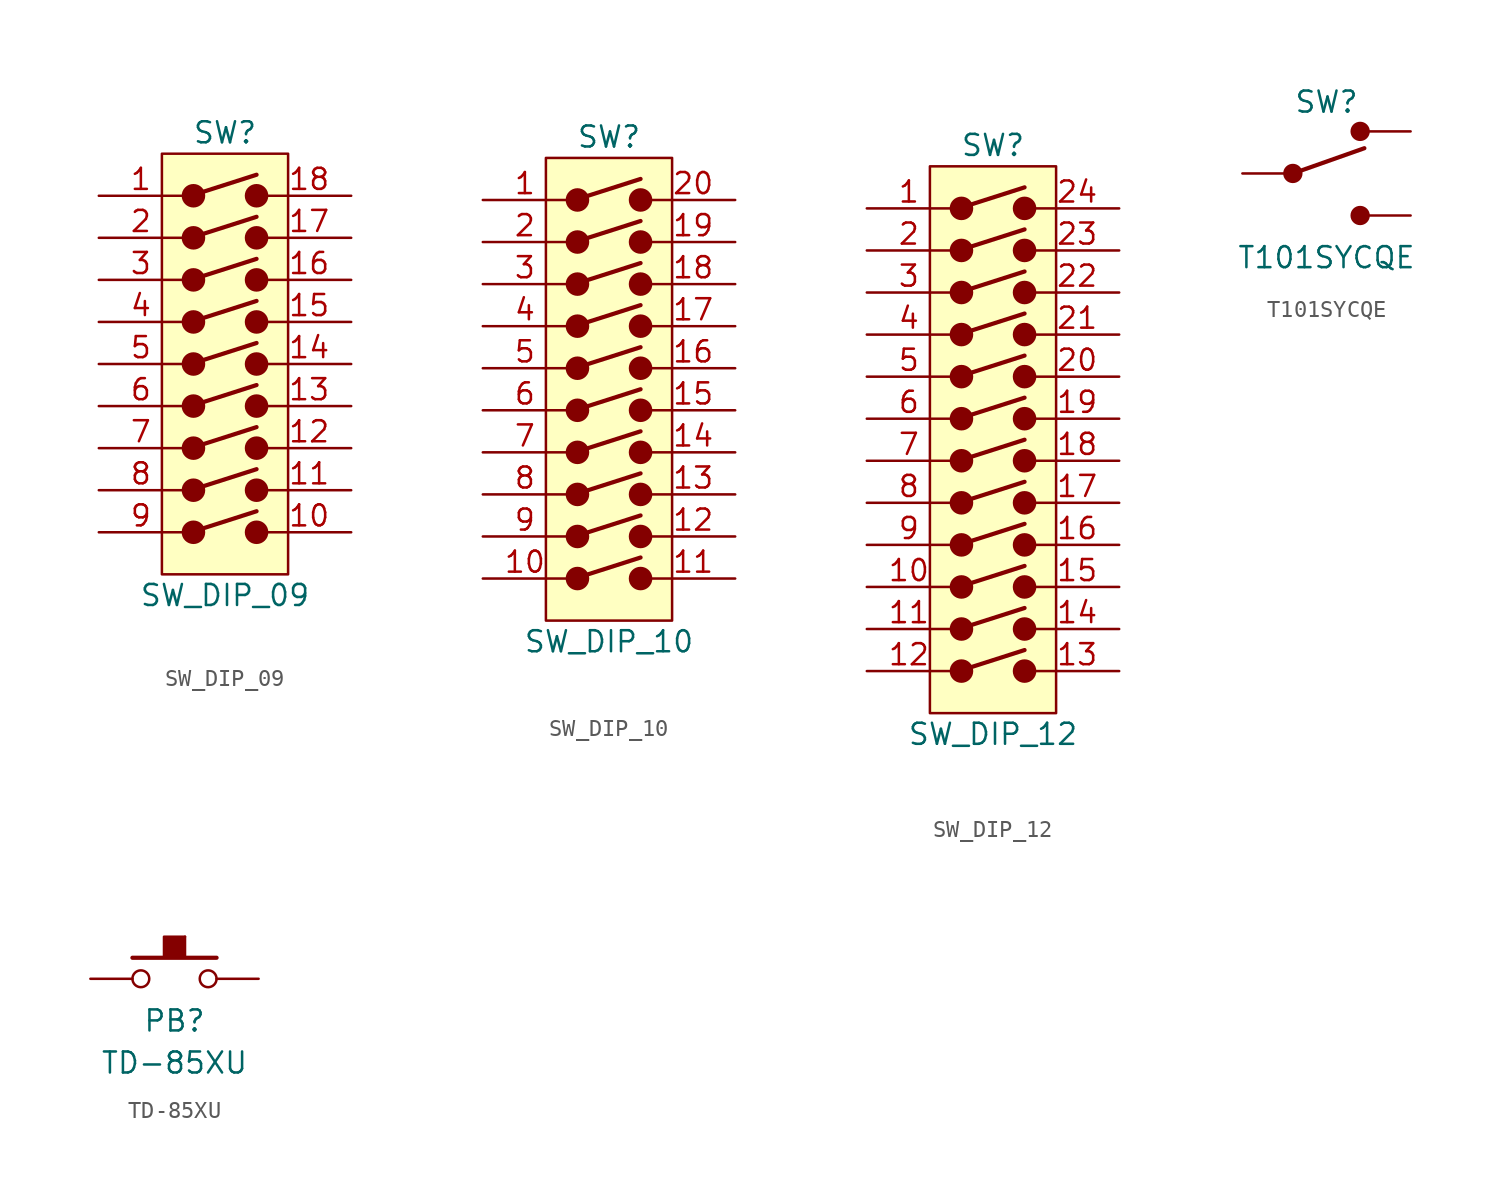
<source format=kicad_sym>
(kicad_symbol_lib
  (version 20220914)
  (generator kicad_symbol_editor)
  (symbol "SW_DIP_09"
    (pin_names
      (offset 0.002) hide)
    (property "Reference" "SW"
      (at 0 11.43 0)
      (effects (font (size 1.27 1.27))))
    (property "Value" "SW_DIP_09"
      (at 0 -16.51 0)
      (effects (font (size 1.27 1.27))))
    (symbol "SW_DIP_09_0_0"
      (circle (center -1.905 -12.7) (radius 0.635) (stroke (width 0) (type default)) (fill (type outline)))
      (circle (center -1.905 -10.16) (radius 0.635) (stroke (width 0) (type default)) (fill (type outline)))
      (circle (center -1.905 -7.62) (radius 0.635) (stroke (width 0) (type default)) (fill (type outline)))
      (circle (center -1.905 -5.08) (radius 0.635) (stroke (width 0) (type default)) (fill (type outline)))
      (circle (center -1.905 -2.54) (radius 0.635) (stroke (width 0) (type default)) (fill (type outline)))
      (circle (center -1.905 0) (radius 0.635) (stroke (width 0) (type default)) (fill (type outline)))
      (circle (center -1.905 2.54) (radius 0.635) (stroke (width 0) (type default)) (fill (type outline)))
      (circle (center -1.905 5.08) (radius 0.635) (stroke (width 0) (type default)) (fill (type outline)))
      (circle (center -1.905 7.62) (radius 0.635) (stroke (width 0) (type default)) (fill (type outline)))
      (polyline (pts (xy -1.27 -12.446) (xy 1.905 -11.43)) (stroke (width 0.254) (type default)) (fill (type none)))
      (polyline (pts (xy -1.27 -9.906) (xy 1.905 -8.89)) (stroke (width 0.254) (type default)) (fill (type none)))
      (polyline (pts (xy -1.27 -7.366) (xy 1.905 -6.35)) (stroke (width 0.254) (type default)) (fill (type none)))
      (polyline (pts (xy -1.27 -4.826) (xy 1.905 -3.81)) (stroke (width 0.254) (type default)) (fill (type none)))
      (polyline (pts (xy -1.27 -2.286) (xy 1.905 -1.27)) (stroke (width 0.254) (type default)) (fill (type none)))
      (polyline (pts (xy -1.27 0.254) (xy 1.905 1.27)) (stroke (width 0.254) (type default)) (fill (type none)))
      (polyline (pts (xy -1.27 2.794) (xy 1.905 3.81)) (stroke (width 0.254) (type default)) (fill (type none)))
      (polyline (pts (xy -1.27 5.334) (xy 1.905 6.35)) (stroke (width 0.254) (type default)) (fill (type none)))
      (polyline (pts (xy -1.27 7.874) (xy 1.905 8.89)) (stroke (width 0.254) (type default)) (fill (type none)))
      (circle (center 1.905 -12.7) (radius 0.635) (stroke (width 0) (type default)) (fill (type outline)))
      (circle (center 1.905 -10.16) (radius 0.635) (stroke (width 0) (type default)) (fill (type outline)))
      (circle (center 1.905 -7.62) (radius 0.635) (stroke (width 0) (type default)) (fill (type outline)))
      (circle (center 1.905 -5.08) (radius 0.635) (stroke (width 0) (type default)) (fill (type outline)))
      (circle (center 1.905 -2.54) (radius 0.635) (stroke (width 0) (type default)) (fill (type outline)))
      (circle (center 1.905 0) (radius 0.635) (stroke (width 0) (type default)) (fill (type outline)))
      (circle (center 1.905 2.54) (radius 0.635) (stroke (width 0) (type default)) (fill (type outline)))
      (circle (center 1.905 5.08) (radius 0.635) (stroke (width 0) (type default)) (fill (type outline)))
      (circle (center 1.905 7.62) (radius 0.635) (stroke (width 0) (type default)) (fill (type outline))))
    (symbol "SW_DIP_09_0_1"
      (rectangle (start -3.81 10.16) (end 3.81 -15.24) (stroke (width 0.152) (type default)) (fill (type background))))
    (symbol "SW_DIP_09_1_1"
      (pin passive line (at -7.62 7.62 0) (length 5.08) (name "a" (effects (font (size 1.27 1.27)))) (number "1" (effects (font (size 1.27 1.27)))))
      (pin passive line (at 7.62 -12.7 180) (length 5.08) (name "~" (effects (font (size 1.27 1.27)))) (number "10" (effects (font (size 1.27 1.27)))))
      (pin passive line (at 7.62 -10.16 180) (length 5.08) (name "~" (effects (font (size 1.27 1.27)))) (number "11" (effects (font (size 1.27 1.27)))))
      (pin passive line (at 7.62 -7.62 180) (length 5.08) (name "~" (effects (font (size 1.27 1.27)))) (number "12" (effects (font (size 1.27 1.27)))))
      (pin passive line (at 7.62 -5.08 180) (length 5.08) (name "~" (effects (font (size 1.27 1.27)))) (number "13" (effects (font (size 1.27 1.27)))))
      (pin passive line (at 7.62 -2.54 180) (length 5.08) (name "~" (effects (font (size 1.27 1.27)))) (number "14" (effects (font (size 1.27 1.27)))))
      (pin passive line (at 7.62 0 180) (length 5.08) (name "~" (effects (font (size 1.27 1.27)))) (number "15" (effects (font (size 1.27 1.27)))))
      (pin passive line (at 7.62 2.54 180) (length 5.08) (name "~" (effects (font (size 1.27 1.27)))) (number "16" (effects (font (size 1.27 1.27)))))
      (pin passive line (at 7.62 5.08 180) (length 5.08) (name "~" (effects (font (size 1.27 1.27)))) (number "17" (effects (font (size 1.27 1.27)))))
      (pin passive line (at 7.62 7.62 180) (length 5.08) (name "~" (effects (font (size 1.27 1.27)))) (number "18" (effects (font (size 1.27 1.27)))))
      (pin passive line (at -7.62 5.08 0) (length 5.08) (name "~" (effects (font (size 1.27 1.27)))) (number "2" (effects (font (size 1.27 1.27)))))
      (pin passive line (at -7.62 2.54 0) (length 5.08) (name "~" (effects (font (size 1.27 1.27)))) (number "3" (effects (font (size 1.27 1.27)))))
      (pin passive line (at -7.62 0 0) (length 5.08) (name "~" (effects (font (size 1.27 1.27)))) (number "4" (effects (font (size 1.27 1.27)))))
      (pin passive line (at -7.62 -2.54 0) (length 5.08) (name "~" (effects (font (size 1.27 1.27)))) (number "5" (effects (font (size 1.27 1.27)))))
      (pin passive line (at -7.62 -5.08 0) (length 5.08) (name "~" (effects (font (size 1.27 1.27)))) (number "6" (effects (font (size 1.27 1.27)))))
      (pin passive line (at -7.62 -7.62 0) (length 5.08) (name "~" (effects (font (size 1.27 1.27)))) (number "7" (effects (font (size 1.27 1.27)))))
      (pin passive line (at -7.62 -10.16 0) (length 5.08) (name "~" (effects (font (size 1.27 1.27)))) (number "8" (effects (font (size 1.27 1.27)))))
      (pin passive line (at -7.62 -12.7 0) (length 5.08) (name "~" (effects (font (size 1.27 1.27)))) (number "9" (effects (font (size 1.27 1.27)))))))
  (symbol "SW_DIP_10"
    (pin_names
      (offset 0.002) hide)
    (property "Reference" "SW"
      (at 0 13.97 0)
      (effects (font (size 1.27 1.27))))
    (property "Value" "SW_DIP_10"
      (at 0 -16.51 0)
      (effects (font (size 1.27 1.27))))
    (symbol "SW_DIP_10_0_0"
      (circle (center -1.905 -12.7) (radius 0.635) (stroke (width 0) (type default)) (fill (type outline)))
      (circle (center -1.905 -10.16) (radius 0.635) (stroke (width 0) (type default)) (fill (type outline)))
      (circle (center -1.905 -7.62) (radius 0.635) (stroke (width 0) (type default)) (fill (type outline)))
      (circle (center -1.905 -5.08) (radius 0.635) (stroke (width 0) (type default)) (fill (type outline)))
      (circle (center -1.905 -2.54) (radius 0.635) (stroke (width 0) (type default)) (fill (type outline)))
      (circle (center -1.905 0) (radius 0.635) (stroke (width 0) (type default)) (fill (type outline)))
      (circle (center -1.905 2.54) (radius 0.635) (stroke (width 0) (type default)) (fill (type outline)))
      (circle (center -1.905 5.08) (radius 0.635) (stroke (width 0) (type default)) (fill (type outline)))
      (circle (center -1.905 7.62) (radius 0.635) (stroke (width 0) (type default)) (fill (type outline)))
      (circle (center -1.905 10.16) (radius 0.635) (stroke (width 0) (type default)) (fill (type outline)))
      (polyline (pts (xy -1.27 -12.446) (xy 1.905 -11.43)) (stroke (width 0.254) (type default)) (fill (type none)))
      (polyline (pts (xy -1.27 -9.906) (xy 1.905 -8.89)) (stroke (width 0.254) (type default)) (fill (type none)))
      (polyline (pts (xy -1.27 -7.366) (xy 1.905 -6.35)) (stroke (width 0.254) (type default)) (fill (type none)))
      (polyline (pts (xy -1.27 -4.826) (xy 1.905 -3.81)) (stroke (width 0.254) (type default)) (fill (type none)))
      (polyline (pts (xy -1.27 -2.286) (xy 1.905 -1.27)) (stroke (width 0.254) (type default)) (fill (type none)))
      (polyline (pts (xy -1.27 0.254) (xy 1.905 1.27)) (stroke (width 0.254) (type default)) (fill (type none)))
      (polyline (pts (xy -1.27 2.794) (xy 1.905 3.81)) (stroke (width 0.254) (type default)) (fill (type none)))
      (polyline (pts (xy -1.27 5.334) (xy 1.905 6.35)) (stroke (width 0.254) (type default)) (fill (type none)))
      (polyline (pts (xy -1.27 7.874) (xy 1.905 8.89)) (stroke (width 0.254) (type default)) (fill (type none)))
      (polyline (pts (xy -1.27 10.414) (xy 1.905 11.43)) (stroke (width 0.254) (type default)) (fill (type none)))
      (circle (center 1.905 -12.7) (radius 0.635) (stroke (width 0) (type default)) (fill (type outline)))
      (circle (center 1.905 -10.16) (radius 0.635) (stroke (width 0) (type default)) (fill (type outline)))
      (circle (center 1.905 -7.62) (radius 0.635) (stroke (width 0) (type default)) (fill (type outline)))
      (circle (center 1.905 -5.08) (radius 0.635) (stroke (width 0) (type default)) (fill (type outline)))
      (circle (center 1.905 -2.54) (radius 0.635) (stroke (width 0) (type default)) (fill (type outline)))
      (circle (center 1.905 0) (radius 0.635) (stroke (width 0) (type default)) (fill (type outline)))
      (circle (center 1.905 2.54) (radius 0.635) (stroke (width 0) (type default)) (fill (type outline)))
      (circle (center 1.905 5.08) (radius 0.635) (stroke (width 0) (type default)) (fill (type outline)))
      (circle (center 1.905 7.62) (radius 0.635) (stroke (width 0) (type default)) (fill (type outline)))
      (circle (center 1.905 10.16) (radius 0.635) (stroke (width 0) (type default)) (fill (type outline))))
    (symbol "SW_DIP_10_0_1"
      (rectangle (start -3.81 12.7) (end 3.81 -15.24) (stroke (width 0.152) (type default)) (fill (type background))))
    (symbol "SW_DIP_10_1_1"
      (pin passive line (at -7.62 10.16 0) (length 5.08) (name "a" (effects (font (size 1.27 1.27)))) (number "1" (effects (font (size 1.27 1.27)))))
      (pin passive line (at -7.62 -12.7 0) (length 5.08) (name "~" (effects (font (size 1.27 1.27)))) (number "10" (effects (font (size 1.27 1.27)))))
      (pin passive line (at 7.62 -12.7 180) (length 5.08) (name "~" (effects (font (size 1.27 1.27)))) (number "11" (effects (font (size 1.27 1.27)))))
      (pin passive line (at 7.62 -10.16 180) (length 5.08) (name "~" (effects (font (size 1.27 1.27)))) (number "12" (effects (font (size 1.27 1.27)))))
      (pin passive line (at 7.62 -7.62 180) (length 5.08) (name "~" (effects (font (size 1.27 1.27)))) (number "13" (effects (font (size 1.27 1.27)))))
      (pin passive line (at 7.62 -5.08 180) (length 5.08) (name "~" (effects (font (size 1.27 1.27)))) (number "14" (effects (font (size 1.27 1.27)))))
      (pin passive line (at 7.62 -2.54 180) (length 5.08) (name "~" (effects (font (size 1.27 1.27)))) (number "15" (effects (font (size 1.27 1.27)))))
      (pin passive line (at 7.62 0 180) (length 5.08) (name "~" (effects (font (size 1.27 1.27)))) (number "16" (effects (font (size 1.27 1.27)))))
      (pin passive line (at 7.62 2.54 180) (length 5.08) (name "~" (effects (font (size 1.27 1.27)))) (number "17" (effects (font (size 1.27 1.27)))))
      (pin passive line (at 7.62 5.08 180) (length 5.08) (name "~" (effects (font (size 1.27 1.27)))) (number "18" (effects (font (size 1.27 1.27)))))
      (pin passive line (at 7.62 7.62 180) (length 5.08) (name "~" (effects (font (size 1.27 1.27)))) (number "19" (effects (font (size 1.27 1.27)))))
      (pin passive line (at -7.62 7.62 0) (length 5.08) (name "~" (effects (font (size 1.27 1.27)))) (number "2" (effects (font (size 1.27 1.27)))))
      (pin passive line (at 7.62 10.16 180) (length 5.08) (name "~" (effects (font (size 1.27 1.27)))) (number "20" (effects (font (size 1.27 1.27)))))
      (pin passive line (at -7.62 5.08 0) (length 5.08) (name "~" (effects (font (size 1.27 1.27)))) (number "3" (effects (font (size 1.27 1.27)))))
      (pin passive line (at -7.62 2.54 0) (length 5.08) (name "~" (effects (font (size 1.27 1.27)))) (number "4" (effects (font (size 1.27 1.27)))))
      (pin passive line (at -7.62 0 0) (length 5.08) (name "~" (effects (font (size 1.27 1.27)))) (number "5" (effects (font (size 1.27 1.27)))))
      (pin passive line (at -7.62 -2.54 0) (length 5.08) (name "~" (effects (font (size 1.27 1.27)))) (number "6" (effects (font (size 1.27 1.27)))))
      (pin passive line (at -7.62 -5.08 0) (length 5.08) (name "~" (effects (font (size 1.27 1.27)))) (number "7" (effects (font (size 1.27 1.27)))))
      (pin passive line (at -7.62 -7.62 0) (length 5.08) (name "~" (effects (font (size 1.27 1.27)))) (number "8" (effects (font (size 1.27 1.27)))))
      (pin passive line (at -7.62 -10.16 0) (length 5.08) (name "~" (effects (font (size 1.27 1.27)))) (number "9" (effects (font (size 1.27 1.27)))))))
  (symbol "SW_DIP_12"
    (pin_names
      (offset 0.002) hide)
    (property "Reference" "SW"
      (at 0 16.51 0)
      (effects (font (size 1.27 1.27))))
    (property "Value" "SW_DIP_12"
      (at 0 -19.05 0)
      (effects (font (size 1.27 1.27))))
    (symbol "SW_DIP_12_0_0"
      (circle (center -1.905 -15.24) (radius 0.635) (stroke (width 0) (type default)) (fill (type outline)))
      (circle (center -1.905 -12.7) (radius 0.635) (stroke (width 0) (type default)) (fill (type outline)))
      (circle (center -1.905 -10.16) (radius 0.635) (stroke (width 0) (type default)) (fill (type outline)))
      (circle (center -1.905 -7.62) (radius 0.635) (stroke (width 0) (type default)) (fill (type outline)))
      (circle (center -1.905 -5.08) (radius 0.635) (stroke (width 0) (type default)) (fill (type outline)))
      (circle (center -1.905 -2.54) (radius 0.635) (stroke (width 0) (type default)) (fill (type outline)))
      (circle (center -1.905 0) (radius 0.635) (stroke (width 0) (type default)) (fill (type outline)))
      (circle (center -1.905 2.54) (radius 0.635) (stroke (width 0) (type default)) (fill (type outline)))
      (circle (center -1.905 5.08) (radius 0.635) (stroke (width 0) (type default)) (fill (type outline)))
      (circle (center -1.905 7.62) (radius 0.635) (stroke (width 0) (type default)) (fill (type outline)))
      (circle (center -1.905 10.16) (radius 0.635) (stroke (width 0) (type default)) (fill (type outline)))
      (circle (center -1.905 12.7) (radius 0.635) (stroke (width 0) (type default)) (fill (type outline)))
      (polyline (pts (xy -1.27 -14.986) (xy 1.905 -13.97)) (stroke (width 0.254) (type default)) (fill (type none)))
      (polyline (pts (xy -1.27 -12.446) (xy 1.905 -11.43)) (stroke (width 0.254) (type default)) (fill (type none)))
      (polyline (pts (xy -1.27 -9.906) (xy 1.905 -8.89)) (stroke (width 0.254) (type default)) (fill (type none)))
      (polyline (pts (xy -1.27 -7.366) (xy 1.905 -6.35)) (stroke (width 0.254) (type default)) (fill (type none)))
      (polyline (pts (xy -1.27 -4.826) (xy 1.905 -3.81)) (stroke (width 0.254) (type default)) (fill (type none)))
      (polyline (pts (xy -1.27 -2.286) (xy 1.905 -1.27)) (stroke (width 0.254) (type default)) (fill (type none)))
      (polyline (pts (xy -1.27 0.254) (xy 1.905 1.27)) (stroke (width 0.254) (type default)) (fill (type none)))
      (polyline (pts (xy -1.27 2.794) (xy 1.905 3.81)) (stroke (width 0.254) (type default)) (fill (type none)))
      (polyline (pts (xy -1.27 5.334) (xy 1.905 6.35)) (stroke (width 0.254) (type default)) (fill (type none)))
      (polyline (pts (xy -1.27 7.874) (xy 1.905 8.89)) (stroke (width 0.254) (type default)) (fill (type none)))
      (polyline (pts (xy -1.27 10.414) (xy 1.905 11.43)) (stroke (width 0.254) (type default)) (fill (type none)))
      (polyline (pts (xy -1.27 12.954) (xy 1.905 13.97)) (stroke (width 0.254) (type default)) (fill (type none)))
      (circle (center 1.905 -15.24) (radius 0.635) (stroke (width 0) (type default)) (fill (type outline)))
      (circle (center 1.905 -12.7) (radius 0.635) (stroke (width 0) (type default)) (fill (type outline)))
      (circle (center 1.905 -10.16) (radius 0.635) (stroke (width 0) (type default)) (fill (type outline)))
      (circle (center 1.905 -7.62) (radius 0.635) (stroke (width 0) (type default)) (fill (type outline)))
      (circle (center 1.905 -5.08) (radius 0.635) (stroke (width 0) (type default)) (fill (type outline)))
      (circle (center 1.905 -2.54) (radius 0.635) (stroke (width 0) (type default)) (fill (type outline)))
      (circle (center 1.905 0) (radius 0.635) (stroke (width 0) (type default)) (fill (type outline)))
      (circle (center 1.905 2.54) (radius 0.635) (stroke (width 0) (type default)) (fill (type outline)))
      (circle (center 1.905 5.08) (radius 0.635) (stroke (width 0) (type default)) (fill (type outline)))
      (circle (center 1.905 7.62) (radius 0.635) (stroke (width 0) (type default)) (fill (type outline)))
      (circle (center 1.905 10.16) (radius 0.635) (stroke (width 0) (type default)) (fill (type outline)))
      (circle (center 1.905 12.7) (radius 0.635) (stroke (width 0) (type default)) (fill (type outline))))
    (symbol "SW_DIP_12_0_1"
      (rectangle (start -3.81 15.24) (end 3.81 -17.78) (stroke (width 0.152) (type default)) (fill (type background))))
    (symbol "SW_DIP_12_1_1"
      (pin passive line (at -7.62 12.7 0) (length 5.08) (name "a" (effects (font (size 1.27 1.27)))) (number "1" (effects (font (size 1.27 1.27)))))
      (pin passive line (at -7.62 -10.16 0) (length 5.08) (name "~" (effects (font (size 1.27 1.27)))) (number "10" (effects (font (size 1.27 1.27)))))
      (pin passive line (at -7.62 -12.7 0) (length 5.08) (name "~" (effects (font (size 1.27 1.27)))) (number "11" (effects (font (size 1.27 1.27)))))
      (pin passive line (at -7.62 -15.24 0) (length 5.08) (name "~" (effects (font (size 1.27 1.27)))) (number "12" (effects (font (size 1.27 1.27)))))
      (pin passive line (at 7.62 -15.24 180) (length 5.08) (name "~" (effects (font (size 1.27 1.27)))) (number "13" (effects (font (size 1.27 1.27)))))
      (pin passive line (at 7.62 -12.7 180) (length 5.08) (name "~" (effects (font (size 1.27 1.27)))) (number "14" (effects (font (size 1.27 1.27)))))
      (pin passive line (at 7.62 -10.16 180) (length 5.08) (name "~" (effects (font (size 1.27 1.27)))) (number "15" (effects (font (size 1.27 1.27)))))
      (pin passive line (at 7.62 -7.62 180) (length 5.08) (name "~" (effects (font (size 1.27 1.27)))) (number "16" (effects (font (size 1.27 1.27)))))
      (pin passive line (at 7.62 -5.08 180) (length 5.08) (name "~" (effects (font (size 1.27 1.27)))) (number "17" (effects (font (size 1.27 1.27)))))
      (pin passive line (at 7.62 -2.54 180) (length 5.08) (name "~" (effects (font (size 1.27 1.27)))) (number "18" (effects (font (size 1.27 1.27)))))
      (pin passive line (at 7.62 0 180) (length 5.08) (name "~" (effects (font (size 1.27 1.27)))) (number "19" (effects (font (size 1.27 1.27)))))
      (pin passive line (at -7.62 10.16 0) (length 5.08) (name "~" (effects (font (size 1.27 1.27)))) (number "2" (effects (font (size 1.27 1.27)))))
      (pin passive line (at 7.62 2.54 180) (length 5.08) (name "~" (effects (font (size 1.27 1.27)))) (number "20" (effects (font (size 1.27 1.27)))))
      (pin passive line (at 7.62 5.08 180) (length 5.08) (name "" (effects (font (size 1.27 1.27)))) (number "21" (effects (font (size 1.27 1.27)))))
      (pin passive line (at 7.62 7.62 180) (length 5.08) (name "~" (effects (font (size 1.27 1.27)))) (number "22" (effects (font (size 1.27 1.27)))))
      (pin passive line (at 7.62 10.16 180) (length 5.08) (name "~" (effects (font (size 1.27 1.27)))) (number "23" (effects (font (size 1.27 1.27)))))
      (pin passive line (at 7.62 12.7 180) (length 5.08) (name "~" (effects (font (size 1.27 1.27)))) (number "24" (effects (font (size 1.27 1.27)))))
      (pin passive line (at -7.62 7.62 0) (length 5.08) (name "~" (effects (font (size 1.27 1.27)))) (number "3" (effects (font (size 1.27 1.27)))))
      (pin passive line (at -7.62 5.08 0) (length 5.08) (name "~" (effects (font (size 1.27 1.27)))) (number "4" (effects (font (size 1.27 1.27)))))
      (pin passive line (at -7.62 2.54 0) (length 5.08) (name "~" (effects (font (size 1.27 1.27)))) (number "5" (effects (font (size 1.27 1.27)))))
      (pin passive line (at -7.62 0 0) (length 5.08) (name "~" (effects (font (size 1.27 1.27)))) (number "6" (effects (font (size 1.27 1.27)))))
      (pin passive line (at -7.62 -2.54 0) (length 5.08) (name "~" (effects (font (size 1.27 1.27)))) (number "7" (effects (font (size 1.27 1.27)))))
      (pin passive line (at -7.62 -5.08 0) (length 5.08) (name "~" (effects (font (size 1.27 1.27)))) (number "8" (effects (font (size 1.27 1.27)))))
      (pin passive line (at -7.62 -7.62 0) (length 5.08) (name "~" (effects (font (size 1.27 1.27)))) (number "9" (effects (font (size 1.27 1.27)))))))
  (symbol "T101SYCQE"
    (pin_numbers hide)
    (pin_names
      (offset 0) hide)
    (property "Reference" "SW"
      (at 0 4.318 0)
      (effects (font (size 1.27 1.27))))
    (property "Value" "T101SYCQE"
      (at 0 -5.08 0)
      (effects (font (size 1.27 1.27))))
    (symbol "T101SYCQE_0_0"
      (circle (center -2.032 0) (radius 0.508) (stroke (width 0) (type default)) (fill (type outline)))
      (circle (center 2.032 -2.54) (radius 0.508) (stroke (width 0) (type default)) (fill (type outline))))
    (symbol "T101SYCQE_0_1"
      (polyline (pts (xy -2.032 0) (xy 2.286 1.524)) (stroke (width 0.254) (type default)) (fill (type none)))
      (circle (center 2.032 2.54) (radius 0.508) (stroke (width 0) (type default)) (fill (type outline))))
    (symbol "T101SYCQE_1_1"
      (pin passive line (at 5.08 2.54 180) (length 2.54) (name "~" (effects (font (size 1.27 1.27)))) (number "1" (effects (font (size 1.27 1.27)))))
      (pin passive line (at -5.08 0 0) (length 2.54) (name "~" (effects (font (size 1.27 1.27)))) (number "2" (effects (font (size 1.27 1.27)))))
      (pin passive line (at 5.08 -2.54 180) (length 2.54) (name "~" (effects (font (size 1.27 1.27)))) (number "3" (effects (font (size 1.27 1.27)))))))
  (symbol "TD-85XU"
    (pin_numbers hide)
    (pin_names
      (offset 1.016) hide)
    (property "Reference" "PB"
      (at 0 -2.54 0)
      (effects (font (size 1.27 1.27))))
    (property "Value" "TD-85XU"
      (at 0 -5.08 0)
      (effects (font (size 1.27 1.27))))
    (symbol "TD-85XU_0_1"
      (circle (center -2.032 0) (radius 0.508) (stroke (width 0.152) (type default)) (fill (type none)))
      (rectangle (start -0.635 1.27) (end 0.635 2.54) (stroke (width 0.152) (type default)) (fill (type outline)))
      (polyline (pts (xy 2.54 1.27) (xy -2.54 1.27)) (stroke (width 0.254) (type default)) (fill (type none)))
      (rectangle (start 0.635 2.54) (end 0.635 2.54) (stroke (width 0) (type default)) (fill (type none)))
      (circle (center 2.032 0) (radius 0.508) (stroke (width 0.152) (type default)) (fill (type none)))
      (pin passive line (at -5.08 0 0) (length 2.54) (name "1" (effects (font (size 1.27 1.27)))) (number "1" (effects (font (size 1.27 1.27)))))
      (pin passive line (at 5.08 0 180) (length 2.54) (name "2" (effects (font (size 1.27 1.27)))) (number "2" (effects (font (size 1.27 1.27))))))))
</source>
